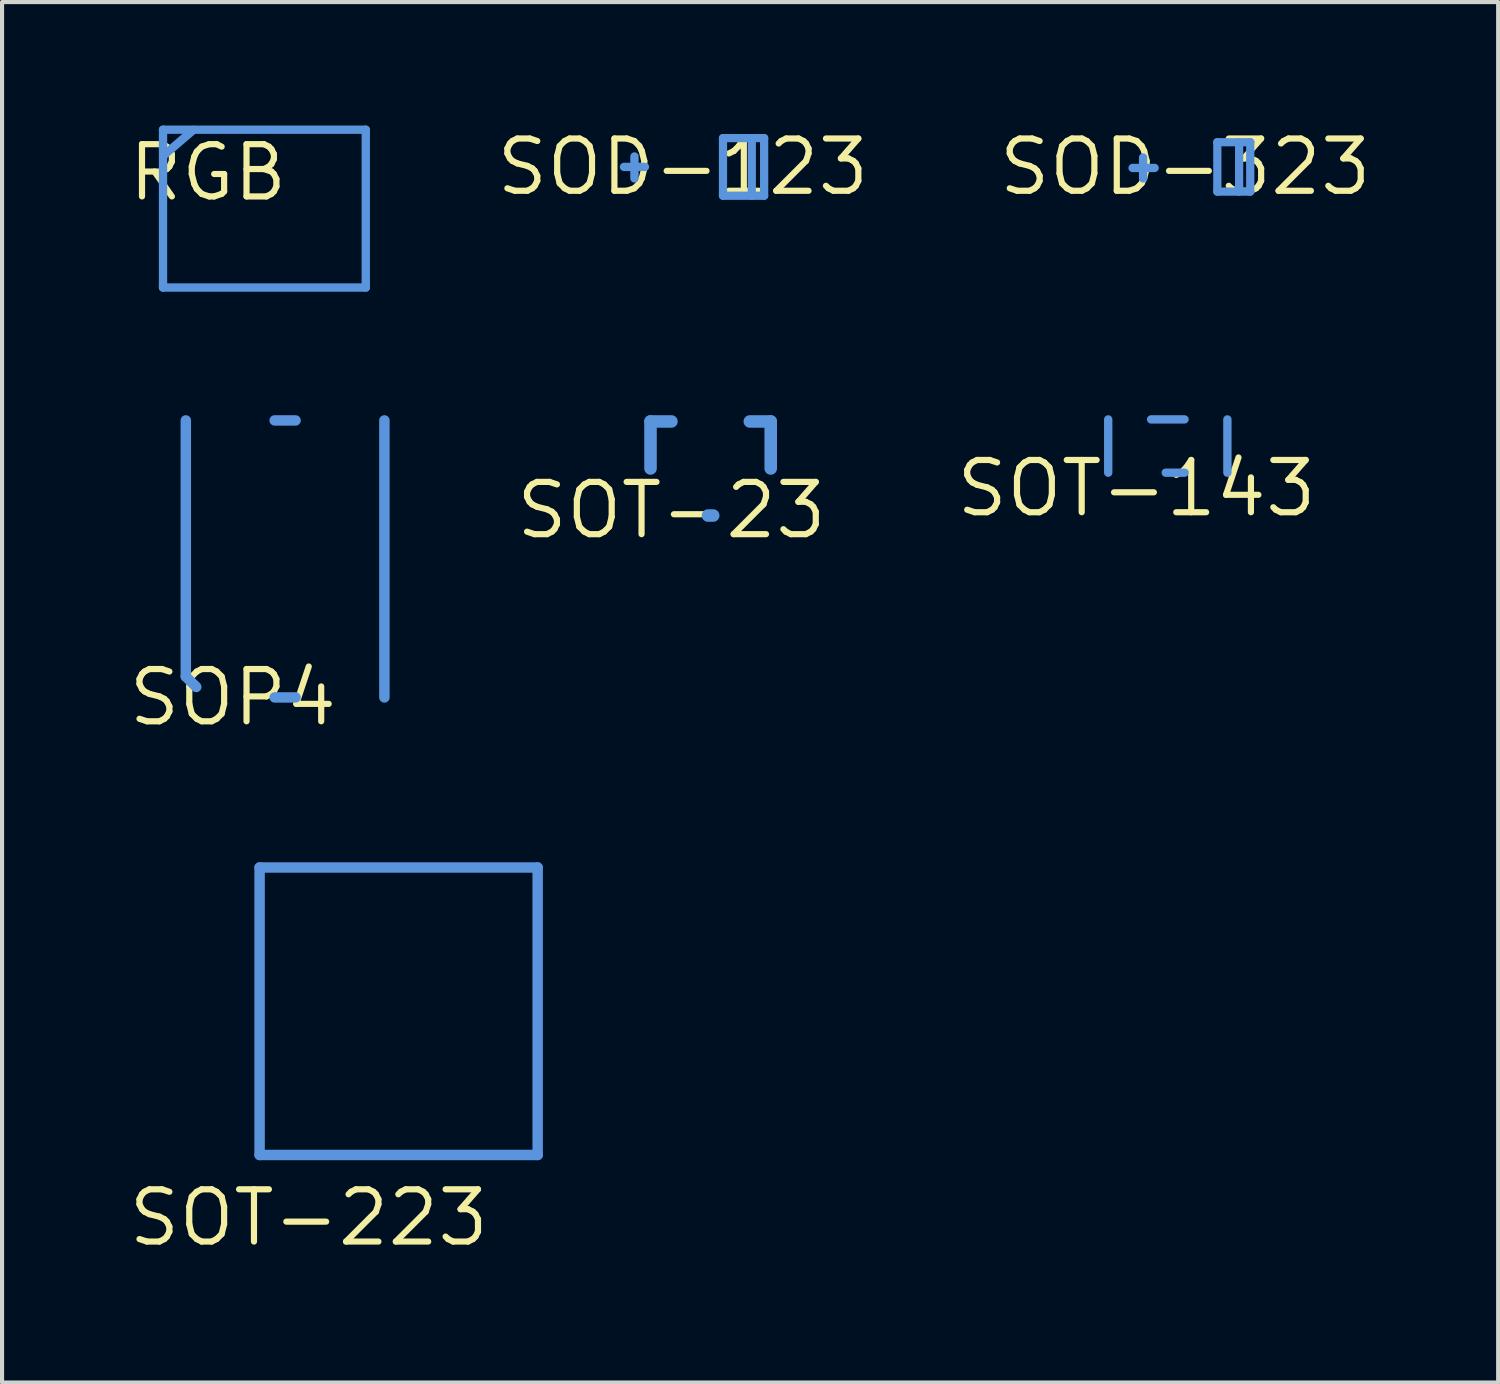
<source format=kicad_pcb>
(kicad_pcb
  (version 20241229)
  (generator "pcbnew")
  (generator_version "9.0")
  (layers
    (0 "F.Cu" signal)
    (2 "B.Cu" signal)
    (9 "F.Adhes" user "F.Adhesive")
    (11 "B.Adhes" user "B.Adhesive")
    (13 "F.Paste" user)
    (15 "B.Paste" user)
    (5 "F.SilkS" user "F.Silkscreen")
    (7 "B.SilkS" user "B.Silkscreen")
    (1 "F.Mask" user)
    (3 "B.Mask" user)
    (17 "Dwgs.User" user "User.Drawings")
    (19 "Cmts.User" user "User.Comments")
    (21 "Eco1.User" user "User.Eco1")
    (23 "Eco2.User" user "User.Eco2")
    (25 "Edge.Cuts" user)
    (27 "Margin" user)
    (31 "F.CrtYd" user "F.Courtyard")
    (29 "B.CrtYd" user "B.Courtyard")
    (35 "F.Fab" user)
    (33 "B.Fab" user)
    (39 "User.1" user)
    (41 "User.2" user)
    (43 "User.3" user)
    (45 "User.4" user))
  (footprint "SOT-23"
    (layer "F.Cu")
    (at 13.265 9.35)
    (property "Reference" "SOT-23" (at 0 0 0) (layer "F.SilkS") (effects (font (size 1.27 1.27) (thickness 0.15))))
    (attr through_hole)
    (fp_line (start -0.508 -2.159) (end 0 -2.159) (stroke (width 0.305) (type solid)) (layer "Cmts.User"))
    (fp_line (start -0.508 -1.016) (end -0.508 -2.159) (stroke (width 0.305) (type solid)) (layer "Cmts.User"))
    (fp_line (start 0.889 0.127) (end 1.016 0.127) (stroke (width 0.305) (type solid)) (layer "Cmts.User"))
    (fp_line (start 1.905 -2.159) (end 2.413 -2.159) (stroke (width 0.305) (type solid)) (layer "Cmts.User"))
    (fp_line (start 2.413 -1.016) (end 2.413 -2.159) (stroke (width 0.305) (type solid)) (layer "Cmts.User")))
  (footprint "SOT-223"
    (layer "F.Cu")
    (at 4.452 26.539)
    (property "Reference" "SOT-223" (at 0 0 0) (layer "F.SilkS") (effects (font (size 1.27 1.27) (thickness 0.15))))
    (attr through_hole)
    (fp_line (start -1.194 -8.509) (end 5.563 -8.509) (stroke (width 0.254) (type solid)) (layer "Cmts.User"))
    (fp_line (start -1.194 -1.524) (end -1.194 -8.509) (stroke (width 0.254) (type solid)) (layer "Cmts.User"))
    (fp_line (start -1.194 -1.524) (end 5.563 -1.524) (stroke (width 0.254) (type solid)) (layer "Cmts.User"))
    (fp_line (start 5.563 -1.524) (end 5.563 -8.509) (stroke (width 0.254) (type solid)) (layer "Cmts.User")))
  (footprint "SOP4"
    (layer "F.Cu")
    (at 2.608 13.897)
    (property "Reference" "SOP4" (at 0 0 0) (layer "F.SilkS") (effects (font (size 1.27 1.27) (thickness 0.15))))
    (attr through_hole)
    (fp_line (start -1.143 -0.508) (end -1.143 -6.731) (stroke (width 0.254) (type solid)) (layer "Cmts.User"))
    (fp_line (start -1.143 -0.508) (end -0.889 -0.254) (stroke (width 0.254) (type solid)) (layer "Cmts.User"))
    (fp_line (start 1.016 -6.731) (end 1.524 -6.731) (stroke (width 0.254) (type solid)) (layer "Cmts.User"))
    (fp_line (start 1.016 0) (end 1.524 0) (stroke (width 0.254) (type solid)) (layer "Cmts.User"))
    (fp_line (start 3.683 0) (end 3.683 -6.731) (stroke (width 0.254) (type solid)) (layer "Cmts.User")))
  (footprint "RGB"
    (layer "F.Cu")
    (at 2.003 1.143)
    (property "Reference" "RGB" (at 0 0 0) (layer "F.SilkS") (effects (font (size 1.27 1.27) (thickness 0.15))))
    (attr through_hole)
    (fp_line (start -1.092 -1.041) (end 3.835 -1.041) (stroke (width 0.203) (type solid)) (layer "Cmts.User"))
    (fp_line (start -1.092 2.794) (end -1.092 -1.041) (stroke (width 0.203) (type solid)) (layer "Cmts.User"))
    (fp_line (start -1.092 2.794) (end 3.835 2.794) (stroke (width 0.203) (type solid)) (layer "Cmts.User"))
    (fp_line (start -1.09 -0.404) (end -0.352 -1.037) (stroke (width 0.203) (type solid)) (layer "Cmts.User"))
    (fp_line (start 3.835 2.794) (end 3.835 -1.041) (stroke (width 0.203) (type solid)) (layer "Cmts.User")))
  (footprint "SOT-143"
    (layer "F.Cu")
    (at 24.565 8.817)
    (property "Reference" "SOT-143" (at 0 0 0) (layer "F.SilkS") (effects (font (size 1.27 1.27) (thickness 0.15))))
    (attr through_hole)
    (fp_line (start -0.686 -0.381) (end -0.686 -1.676) (stroke (width 0.203) (type solid)) (layer "Cmts.User"))
    (fp_line (start 0.356 -1.676) (end 1.168 -1.676) (stroke (width 0.203) (type solid)) (layer "Cmts.User"))
    (fp_line (start 0.711 -0.381) (end 1.168 -0.381) (stroke (width 0.203) (type solid)) (layer "Cmts.User"))
    (fp_line (start 2.21 -0.381) (end 2.21 -1.676) (stroke (width 0.203) (type solid)) (layer "Cmts.User")))
  (footprint "SOD-323"
    (layer "F.Cu")
    (at 25.75 1.006)
    (property "Reference" "SOD-323" (at 0 0 0) (layer "F.SilkS") (effects (font (size 1.27 1.27) (thickness 0.15))))
    (attr through_hole)
    (fp_line (start -1.278 0.025) (end -0.744 0.025) (stroke (width 0.203) (type solid)) (layer "Cmts.User"))
    (fp_line (start -1.024 0.279) (end -1.024 -0.229) (stroke (width 0.203) (type solid)) (layer "Cmts.User"))
    (fp_line (start 0.78 -0.6) (end 1.58 -0.6) (stroke (width 0.2) (type solid)) (layer "Cmts.User"))
    (fp_line (start 0.78 0.6) (end 0.78 -0.6) (stroke (width 0.2) (type solid)) (layer "Cmts.User"))
    (fp_line (start 0.78 0.6) (end 1.58 0.6) (stroke (width 0.2) (type solid)) (layer "Cmts.User"))
    (fp_line (start 1.31 0.6) (end 1.31 -0.6) (stroke (width 0.2) (type solid)) (layer "Cmts.User"))
    (fp_line (start 1.58 0.6) (end 1.58 -0.6) (stroke (width 0.2) (type solid)) (layer "Cmts.User")))
  (footprint "SOD-123"
    (layer "F.Cu")
    (at 13.543 1.006)
    (property "Reference" "SOD-123" (at 0 0 0) (layer "F.SilkS") (effects (font (size 1.27 1.27) (thickness 0.15))))
    (attr through_hole)
    (fp_line (start -1.43 0) (end -0.922 0) (stroke (width 0.203) (type solid)) (layer "Cmts.User"))
    (fp_line (start -1.176 0.279) (end -1.176 -0.254) (stroke (width 0.203) (type solid)) (layer "Cmts.User"))
    (fp_line (start 0.975 -0.7) (end 1.975 -0.7) (stroke (width 0.2) (type solid)) (layer "Cmts.User"))
    (fp_line (start 0.975 0.7) (end 0.975 -0.7) (stroke (width 0.2) (type solid)) (layer "Cmts.User"))
    (fp_line (start 0.975 0.7) (end 1.975 0.7) (stroke (width 0.2) (type solid)) (layer "Cmts.User"))
    (fp_line (start 1.675 0.7) (end 1.675 -0.7) (stroke (width 0.2) (type solid)) (layer "Cmts.User"))
    (fp_line (start 1.975 0.7) (end 1.975 -0.7) (stroke (width 0.2) (type solid)) (layer "Cmts.User")))
  (gr_rect
    (start -3 -3)
    (end 33.354 30.545)
    (stroke (width 0.1) (type default))
    (fill no)
    (layer "Edge.Cuts")))
</source>
